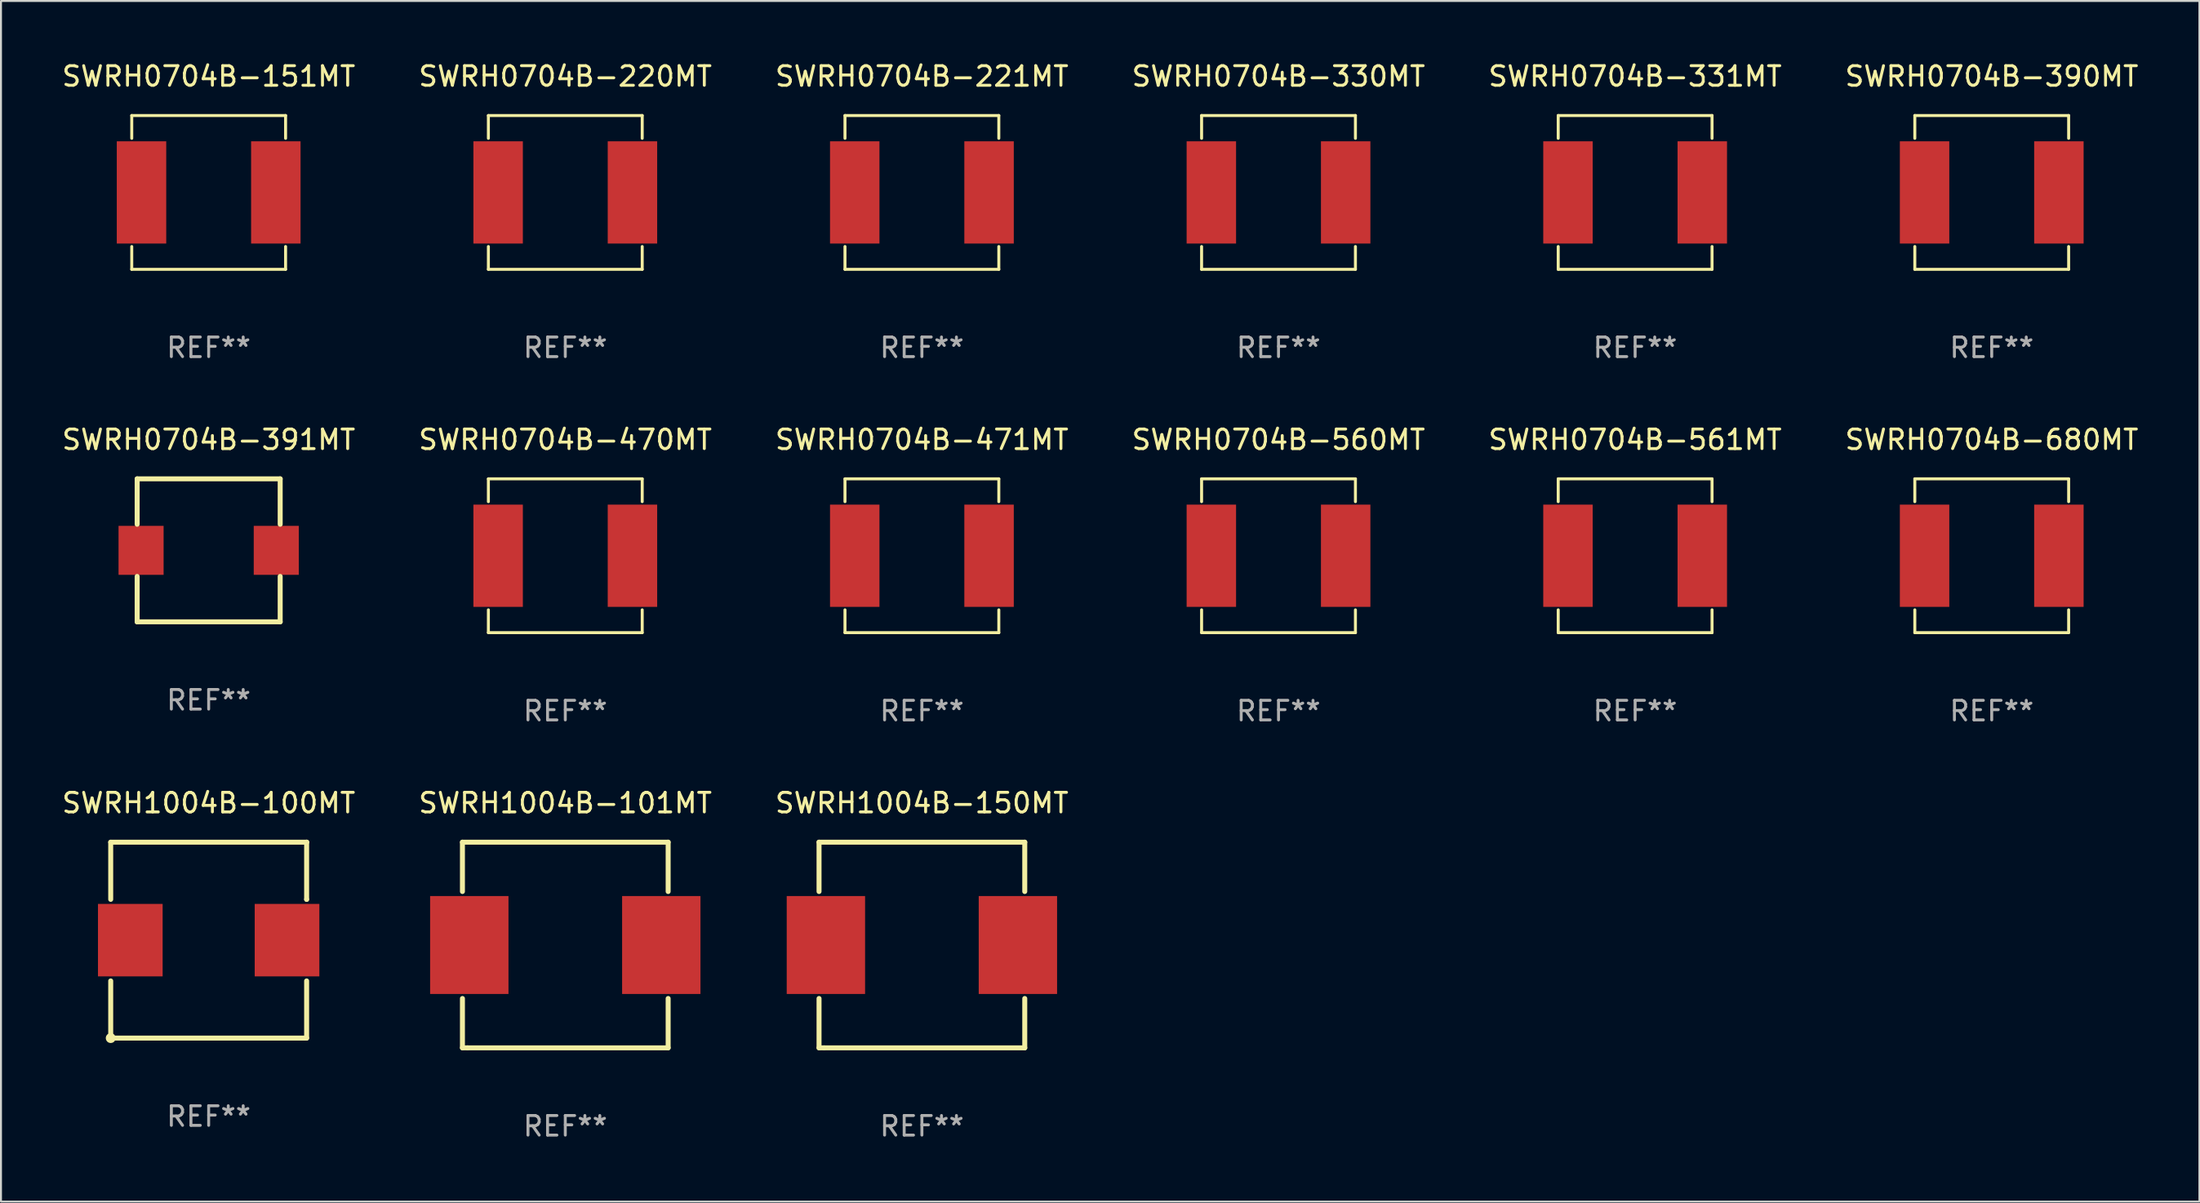
<source format=kicad_pcb>
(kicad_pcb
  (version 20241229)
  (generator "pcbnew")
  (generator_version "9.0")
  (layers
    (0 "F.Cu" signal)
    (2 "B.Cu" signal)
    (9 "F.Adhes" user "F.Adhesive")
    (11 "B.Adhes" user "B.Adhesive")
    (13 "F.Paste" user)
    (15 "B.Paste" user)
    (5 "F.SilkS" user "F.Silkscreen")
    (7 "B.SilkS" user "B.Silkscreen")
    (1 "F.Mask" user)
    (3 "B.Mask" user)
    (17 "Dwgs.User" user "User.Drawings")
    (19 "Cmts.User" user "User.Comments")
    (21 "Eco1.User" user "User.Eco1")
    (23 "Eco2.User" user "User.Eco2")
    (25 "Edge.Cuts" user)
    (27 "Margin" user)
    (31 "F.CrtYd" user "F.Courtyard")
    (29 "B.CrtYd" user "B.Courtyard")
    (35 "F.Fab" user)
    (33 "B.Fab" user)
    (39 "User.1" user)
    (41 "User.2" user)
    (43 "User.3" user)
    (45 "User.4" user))
  (footprint "SWRH0704B-470MT"
    (layer "F.Cu")
    (at 25.804 25.323)
    (property "Reference" "SWRH0704B-470MT" (at 0 -5.926 0) (layer "F.SilkS") (effects (font (size 1 1) (thickness 0.15))))
    (attr through_hole)
    (fp_line (start -3.926 -3.926) (end 3.926 -3.926) (stroke (width 0.152) (type solid)) (layer "F.SilkS"))
    (fp_line (start -3.926 -2.762) (end -3.926 -3.926) (stroke (width 0.152) (type solid)) (layer "F.SilkS"))
    (fp_line (start -3.926 2.762) (end -3.926 3.926) (stroke (width 0.152) (type solid)) (layer "F.SilkS"))
    (fp_line (start -3.926 3.926) (end 3.926 3.926) (stroke (width 0.152) (type solid)) (layer "F.SilkS"))
    (fp_line (start 3.926 -3.926) (end 3.926 -2.762) (stroke (width 0.152) (type solid)) (layer "F.SilkS"))
    (fp_line (start 3.926 3.926) (end 3.926 2.762) (stroke (width 0.152) (type solid)) (layer "F.SilkS"))
    (fp_circle (center 3.9 -3.9) (end 3.93 -3.9) (stroke (width 0.06) (type solid)) (fill no) (layer "F.SilkS"))
    (fp_text user "REF**" (at 0 7.926 0) (layer "F.Fab") (effects (font (size 1 1) (thickness 0.15))))
    (pad "1" smd rect (at 3.428 0) (size 2.524 5.22) (layers "F.Cu" "F.Mask" "F.Paste"))
    (pad "2" smd rect (at -3.428 0) (size 2.524 5.22) (layers "F.Cu" "F.Mask" "F.Paste")))
  (footprint "SWRH0704B-220MT"
    (layer "F.Cu")
    (at 25.804 6.774)
    (property "Reference" "SWRH0704B-220MT" (at 0 -5.926 0) (layer "F.SilkS") (effects (font (size 1 1) (thickness 0.15))))
    (attr through_hole)
    (fp_line (start -3.926 -3.926) (end 3.926 -3.926) (stroke (width 0.152) (type solid)) (layer "F.SilkS"))
    (fp_line (start -3.926 -2.762) (end -3.926 -3.926) (stroke (width 0.152) (type solid)) (layer "F.SilkS"))
    (fp_line (start -3.926 2.762) (end -3.926 3.926) (stroke (width 0.152) (type solid)) (layer "F.SilkS"))
    (fp_line (start -3.926 3.926) (end 3.926 3.926) (stroke (width 0.152) (type solid)) (layer "F.SilkS"))
    (fp_line (start 3.926 -3.926) (end 3.926 -2.762) (stroke (width 0.152) (type solid)) (layer "F.SilkS"))
    (fp_line (start 3.926 3.926) (end 3.926 2.762) (stroke (width 0.152) (type solid)) (layer "F.SilkS"))
    (fp_circle (center 3.9 -3.9) (end 3.93 -3.9) (stroke (width 0.06) (type solid)) (fill no) (layer "F.SilkS"))
    (fp_text user "REF**" (at 0 7.926 0) (layer "F.Fab") (effects (font (size 1 1) (thickness 0.15))))
    (pad "1" smd rect (at 3.428 0) (size 2.524 5.22) (layers "F.Cu" "F.Mask" "F.Paste"))
    (pad "2" smd rect (at -3.428 0) (size 2.524 5.22) (layers "F.Cu" "F.Mask" "F.Paste")))
  (footprint "SWRH0704B-221MT"
    (layer "F.Cu")
    (at 44.006 6.774)
    (property "Reference" "SWRH0704B-221MT" (at 0 -5.926 0) (layer "F.SilkS") (effects (font (size 1 1) (thickness 0.15))))
    (attr through_hole)
    (fp_line (start -3.926 -3.926) (end 3.926 -3.926) (stroke (width 0.152) (type solid)) (layer "F.SilkS"))
    (fp_line (start -3.926 -2.762) (end -3.926 -3.926) (stroke (width 0.152) (type solid)) (layer "F.SilkS"))
    (fp_line (start -3.926 2.762) (end -3.926 3.926) (stroke (width 0.152) (type solid)) (layer "F.SilkS"))
    (fp_line (start -3.926 3.926) (end 3.926 3.926) (stroke (width 0.152) (type solid)) (layer "F.SilkS"))
    (fp_line (start 3.926 -3.926) (end 3.926 -2.762) (stroke (width 0.152) (type solid)) (layer "F.SilkS"))
    (fp_line (start 3.926 3.926) (end 3.926 2.762) (stroke (width 0.152) (type solid)) (layer "F.SilkS"))
    (fp_circle (center 3.9 -3.9) (end 3.93 -3.9) (stroke (width 0.06) (type solid)) (fill no) (layer "F.SilkS"))
    (fp_text user "REF**" (at 0 7.926 0) (layer "F.Fab") (effects (font (size 1 1) (thickness 0.15))))
    (pad "1" smd rect (at 3.428 0) (size 2.524 5.22) (layers "F.Cu" "F.Mask" "F.Paste"))
    (pad "2" smd rect (at -3.428 0) (size 2.524 5.22) (layers "F.Cu" "F.Mask" "F.Paste")))
  (footprint "SWRH0704B-390MT"
    (layer "F.Cu")
    (at 98.613 6.774)
    (property "Reference" "SWRH0704B-390MT" (at 0 -5.926 0) (layer "F.SilkS") (effects (font (size 1 1) (thickness 0.15))))
    (attr through_hole)
    (fp_line (start -3.926 -3.926) (end 3.926 -3.926) (stroke (width 0.152) (type solid)) (layer "F.SilkS"))
    (fp_line (start -3.926 -2.762) (end -3.926 -3.926) (stroke (width 0.152) (type solid)) (layer "F.SilkS"))
    (fp_line (start -3.926 2.762) (end -3.926 3.926) (stroke (width 0.152) (type solid)) (layer "F.SilkS"))
    (fp_line (start -3.926 3.926) (end 3.926 3.926) (stroke (width 0.152) (type solid)) (layer "F.SilkS"))
    (fp_line (start 3.926 -3.926) (end 3.926 -2.762) (stroke (width 0.152) (type solid)) (layer "F.SilkS"))
    (fp_line (start 3.926 3.926) (end 3.926 2.762) (stroke (width 0.152) (type solid)) (layer "F.SilkS"))
    (fp_circle (center 3.9 -3.9) (end 3.93 -3.9) (stroke (width 0.06) (type solid)) (fill no) (layer "F.SilkS"))
    (fp_text user "REF**" (at 0 7.926 0) (layer "F.Fab") (effects (font (size 1 1) (thickness 0.15))))
    (pad "1" smd rect (at 3.428 0) (size 2.524 5.22) (layers "F.Cu" "F.Mask" "F.Paste"))
    (pad "2" smd rect (at -3.428 0) (size 2.524 5.22) (layers "F.Cu" "F.Mask" "F.Paste")))
  (footprint "SWRH1004B-101MT"
    (layer "F.Cu")
    (at 25.804 45.196)
    (property "Reference" "SWRH1004B-101MT" (at 0 -7.25 0) (layer "F.SilkS") (effects (font (size 1 1) (thickness 0.15))))
    (attr through_hole)
    (fp_line (start -5.25 -5.25) (end -5.25 -2.731) (stroke (width 0.254) (type solid)) (layer "F.SilkS"))
    (fp_line (start -5.25 -5.25) (end 5.25 -5.25) (stroke (width 0.254) (type solid)) (layer "F.SilkS"))
    (fp_line (start -5.25 2.731) (end -5.25 5.25) (stroke (width 0.254) (type solid)) (layer "F.SilkS"))
    (fp_line (start -4.989 5.25) (end -5.25 5.25) (stroke (width 0.254) (type solid)) (layer "F.SilkS"))
    (fp_line (start 5.25 -5.25) (end 5.25 -2.731) (stroke (width 0.254) (type solid)) (layer "F.SilkS"))
    (fp_line (start 5.25 2.731) (end 5.25 5.25) (stroke (width 0.254) (type solid)) (layer "F.SilkS"))
    (fp_line (start 5.25 5.25) (end -4.989 5.25) (stroke (width 0.254) (type solid)) (layer "F.SilkS"))
    (fp_circle (center -5.25 5.25) (end -5.22 5.25) (stroke (width 0.06) (type solid)) (fill no) (layer "F.SilkS"))
    (fp_text user "REF**" (at 0 9.25 0) (layer "F.Fab") (effects (font (size 1 1) (thickness 0.15))))
    (pad "1" smd rect (at -4.9 -0.000013) (size 4 5) (layers "F.Cu" "F.Mask" "F.Paste"))
    (pad "2" smd rect (at 4.9 -0.000013) (size 4 5) (layers "F.Cu" "F.Mask" "F.Paste")))
  (footprint "SWRH0704B-391MT"
    (layer "F.Cu")
    (at 7.601 25.047)
    (property "Reference" "SWRH0704B-391MT" (at 0 -5.65 0) (layer "F.SilkS") (effects (font (size 1 1) (thickness 0.15))))
    (attr through_hole)
    (fp_line (start -3.65 -3.65) (end 3.65 -3.65) (stroke (width 0.254) (type solid)) (layer "F.SilkS"))
    (fp_line (start -3.65 -1.331) (end -3.65 -3.65) (stroke (width 0.254) (type solid)) (layer "F.SilkS"))
    (fp_line (start -3.65 3.65) (end -3.65 1.331) (stroke (width 0.254) (type solid)) (layer "F.SilkS"))
    (fp_line (start 3.65 -3.65) (end 3.65 -1.331) (stroke (width 0.254) (type solid)) (layer "F.SilkS"))
    (fp_line (start 3.65 1.331) (end 3.65 3.65) (stroke (width 0.254) (type solid)) (layer "F.SilkS"))
    (fp_line (start 3.65 3.65) (end -3.65 3.65) (stroke (width 0.254) (type solid)) (layer "F.SilkS"))
    (fp_circle (center -3.65 3.65) (end -3.62 3.65) (stroke (width 0.06) (type solid)) (fill no) (layer "F.SilkS"))
    (fp_text user "REF**" (at 0 7.65 0) (layer "F.Fab") (effects (font (size 1 1) (thickness 0.15))))
    (pad "1" smd rect (at -3.45 0) (size 2.3 2.5) (layers "F.Cu" "F.Mask" "F.Paste"))
    (pad "2" smd rect (at 3.45 0) (size 2.3 2.5) (layers "F.Cu" "F.Mask" "F.Paste")))
  (footprint "SWRH0704B-151MT"
    (layer "F.Cu")
    (at 7.601 6.774)
    (property "Reference" "SWRH0704B-151MT" (at 0 -5.926 0) (layer "F.SilkS") (effects (font (size 1 1) (thickness 0.15))))
    (attr through_hole)
    (fp_line (start -3.926 -3.926) (end 3.926 -3.926) (stroke (width 0.152) (type solid)) (layer "F.SilkS"))
    (fp_line (start -3.926 -2.762) (end -3.926 -3.926) (stroke (width 0.152) (type solid)) (layer "F.SilkS"))
    (fp_line (start -3.926 2.762) (end -3.926 3.926) (stroke (width 0.152) (type solid)) (layer "F.SilkS"))
    (fp_line (start -3.926 3.926) (end 3.926 3.926) (stroke (width 0.152) (type solid)) (layer "F.SilkS"))
    (fp_line (start 3.926 -3.926) (end 3.926 -2.762) (stroke (width 0.152) (type solid)) (layer "F.SilkS"))
    (fp_line (start 3.926 3.926) (end 3.926 2.762) (stroke (width 0.152) (type solid)) (layer "F.SilkS"))
    (fp_circle (center 3.9 -3.9) (end 3.93 -3.9) (stroke (width 0.06) (type solid)) (fill no) (layer "F.SilkS"))
    (fp_text user "REF**" (at 0 7.926 0) (layer "F.Fab") (effects (font (size 1 1) (thickness 0.15))))
    (pad "1" smd rect (at 3.428 0) (size 2.524 5.22) (layers "F.Cu" "F.Mask" "F.Paste"))
    (pad "2" smd rect (at -3.428 0) (size 2.524 5.22) (layers "F.Cu" "F.Mask" "F.Paste")))
  (footprint "SWRH1004B-100MT"
    (layer "F.Cu")
    (at 7.601 44.947)
    (property "Reference" "SWRH1004B-100MT" (at 0 -7.001 0) (layer "F.SilkS") (effects (font (size 1 1) (thickness 0.15))))
    (attr through_hole)
    (fp_line (start -5 -5.001) (end 5 -5.001) (stroke (width 0.254) (type solid)) (layer "F.SilkS"))
    (fp_line (start -5 -2.081) (end -5 -4.999) (stroke (width 0.254) (type solid)) (layer "F.SilkS"))
    (fp_line (start -5 5.001) (end -5 2.082) (stroke (width 0.254) (type solid)) (layer "F.SilkS"))
    (fp_line (start 5 -5.001) (end 5 -4.998) (stroke (width 0.254) (type solid)) (layer "F.SilkS"))
    (fp_line (start 5 -4.998) (end 5 -2.08) (stroke (width 0.254) (type solid)) (layer "F.SilkS"))
    (fp_line (start 5 -2.08) (end 5 -2.08) (stroke (width 0.254) (type solid)) (layer "F.SilkS"))
    (fp_line (start 5 2.082) (end 5 5.001) (stroke (width 0.254) (type solid)) (layer "F.SilkS"))
    (fp_line (start 5 5.001) (end -5 5.001) (stroke (width 0.254) (type solid)) (layer "F.SilkS"))
    (fp_circle (center -5 5.001) (end -4.873 5.001) (stroke (width 0.254) (type solid)) (fill no) (layer "F.SilkS"))
    (fp_text user "REF**" (at 0 9.001 0) (layer "F.Fab") (effects (font (size 1 1) (thickness 0.15))))
    (pad "1" smd rect (at -4 0.001) (size 3.3 3.7) (layers "F.Cu" "F.Mask" "F.Paste"))
    (pad "2" smd rect (at 4 0.001) (size 3.3 3.7) (layers "F.Cu" "F.Mask" "F.Paste")))
  (footprint "SWRH0704B-680MT"
    (layer "F.Cu")
    (at 98.613 25.323)
    (property "Reference" "SWRH0704B-680MT" (at 0 -5.926 0) (layer "F.SilkS") (effects (font (size 1 1) (thickness 0.15))))
    (attr through_hole)
    (fp_line (start -3.926 -3.926) (end 3.926 -3.926) (stroke (width 0.152) (type solid)) (layer "F.SilkS"))
    (fp_line (start -3.926 -2.762) (end -3.926 -3.926) (stroke (width 0.152) (type solid)) (layer "F.SilkS"))
    (fp_line (start -3.926 2.762) (end -3.926 3.926) (stroke (width 0.152) (type solid)) (layer "F.SilkS"))
    (fp_line (start -3.926 3.926) (end 3.926 3.926) (stroke (width 0.152) (type solid)) (layer "F.SilkS"))
    (fp_line (start 3.926 -3.926) (end 3.926 -2.762) (stroke (width 0.152) (type solid)) (layer "F.SilkS"))
    (fp_line (start 3.926 3.926) (end 3.926 2.762) (stroke (width 0.152) (type solid)) (layer "F.SilkS"))
    (fp_circle (center 3.9 -3.9) (end 3.93 -3.9) (stroke (width 0.06) (type solid)) (fill no) (layer "F.SilkS"))
    (fp_text user "REF**" (at 0 7.926 0) (layer "F.Fab") (effects (font (size 1 1) (thickness 0.15))))
    (pad "1" smd rect (at 3.428 0) (size 2.524 5.22) (layers "F.Cu" "F.Mask" "F.Paste"))
    (pad "2" smd rect (at -3.428 0) (size 2.524 5.22) (layers "F.Cu" "F.Mask" "F.Paste")))
  (footprint "SWRH1004B-150MT"
    (layer "F.Cu")
    (at 44.006 45.196)
    (property "Reference" "SWRH1004B-150MT" (at 0 -7.25 0) (layer "F.SilkS") (effects (font (size 1 1) (thickness 0.15))))
    (attr through_hole)
    (fp_line (start -5.25 -5.25) (end -5.25 -2.731) (stroke (width 0.254) (type solid)) (layer "F.SilkS"))
    (fp_line (start -5.25 -5.25) (end 5.25 -5.25) (stroke (width 0.254) (type solid)) (layer "F.SilkS"))
    (fp_line (start -5.25 2.731) (end -5.25 5.25) (stroke (width 0.254) (type solid)) (layer "F.SilkS"))
    (fp_line (start -4.989 5.25) (end -5.25 5.25) (stroke (width 0.254) (type solid)) (layer "F.SilkS"))
    (fp_line (start 5.25 -5.25) (end 5.25 -2.731) (stroke (width 0.254) (type solid)) (layer "F.SilkS"))
    (fp_line (start 5.25 2.731) (end 5.25 5.25) (stroke (width 0.254) (type solid)) (layer "F.SilkS"))
    (fp_line (start 5.25 5.25) (end -4.989 5.25) (stroke (width 0.254) (type solid)) (layer "F.SilkS"))
    (fp_circle (center -5.25 5.25) (end -5.22 5.25) (stroke (width 0.06) (type solid)) (fill no) (layer "F.SilkS"))
    (fp_text user "REF**" (at 0 9.25 0) (layer "F.Fab") (effects (font (size 1 1) (thickness 0.15))))
    (pad "1" smd rect (at -4.9 -0.000013) (size 4 5) (layers "F.Cu" "F.Mask" "F.Paste"))
    (pad "2" smd rect (at 4.9 -0.000013) (size 4 5) (layers "F.Cu" "F.Mask" "F.Paste")))
  (footprint "SWRH0704B-560MT"
    (layer "F.Cu")
    (at 62.208 25.323)
    (property "Reference" "SWRH0704B-560MT" (at 0 -5.926 0) (layer "F.SilkS") (effects (font (size 1 1) (thickness 0.15))))
    (attr through_hole)
    (fp_line (start -3.926 -3.926) (end 3.926 -3.926) (stroke (width 0.152) (type solid)) (layer "F.SilkS"))
    (fp_line (start -3.926 -2.762) (end -3.926 -3.926) (stroke (width 0.152) (type solid)) (layer "F.SilkS"))
    (fp_line (start -3.926 2.762) (end -3.926 3.926) (stroke (width 0.152) (type solid)) (layer "F.SilkS"))
    (fp_line (start -3.926 3.926) (end 3.926 3.926) (stroke (width 0.152) (type solid)) (layer "F.SilkS"))
    (fp_line (start 3.926 -3.926) (end 3.926 -2.762) (stroke (width 0.152) (type solid)) (layer "F.SilkS"))
    (fp_line (start 3.926 3.926) (end 3.926 2.762) (stroke (width 0.152) (type solid)) (layer "F.SilkS"))
    (fp_circle (center 3.9 -3.9) (end 3.93 -3.9) (stroke (width 0.06) (type solid)) (fill no) (layer "F.SilkS"))
    (fp_text user "REF**" (at 0 7.926 0) (layer "F.Fab") (effects (font (size 1 1) (thickness 0.15))))
    (pad "1" smd rect (at 3.428 0) (size 2.524 5.22) (layers "F.Cu" "F.Mask" "F.Paste"))
    (pad "2" smd rect (at -3.428 0) (size 2.524 5.22) (layers "F.Cu" "F.Mask" "F.Paste")))
  (footprint "SWRH0704B-561MT"
    (layer "F.Cu")
    (at 80.411 25.323)
    (property "Reference" "SWRH0704B-561MT" (at 0 -5.926 0) (layer "F.SilkS") (effects (font (size 1 1) (thickness 0.15))))
    (attr through_hole)
    (fp_line (start -3.926 -3.926) (end 3.926 -3.926) (stroke (width 0.152) (type solid)) (layer "F.SilkS"))
    (fp_line (start -3.926 -2.762) (end -3.926 -3.926) (stroke (width 0.152) (type solid)) (layer "F.SilkS"))
    (fp_line (start -3.926 2.762) (end -3.926 3.926) (stroke (width 0.152) (type solid)) (layer "F.SilkS"))
    (fp_line (start -3.926 3.926) (end 3.926 3.926) (stroke (width 0.152) (type solid)) (layer "F.SilkS"))
    (fp_line (start 3.926 -3.926) (end 3.926 -2.762) (stroke (width 0.152) (type solid)) (layer "F.SilkS"))
    (fp_line (start 3.926 3.926) (end 3.926 2.762) (stroke (width 0.152) (type solid)) (layer "F.SilkS"))
    (fp_circle (center 3.9 -3.9) (end 3.93 -3.9) (stroke (width 0.06) (type solid)) (fill no) (layer "F.SilkS"))
    (fp_text user "REF**" (at 0 7.926 0) (layer "F.Fab") (effects (font (size 1 1) (thickness 0.15))))
    (pad "1" smd rect (at 3.428 0) (size 2.524 5.22) (layers "F.Cu" "F.Mask" "F.Paste"))
    (pad "2" smd rect (at -3.428 0) (size 2.524 5.22) (layers "F.Cu" "F.Mask" "F.Paste")))
  (footprint "SWRH0704B-471MT"
    (layer "F.Cu")
    (at 44.006 25.323)
    (property "Reference" "SWRH0704B-471MT" (at 0 -5.926 0) (layer "F.SilkS") (effects (font (size 1 1) (thickness 0.15))))
    (attr through_hole)
    (fp_line (start -3.926 -3.926) (end 3.926 -3.926) (stroke (width 0.152) (type solid)) (layer "F.SilkS"))
    (fp_line (start -3.926 -2.762) (end -3.926 -3.926) (stroke (width 0.152) (type solid)) (layer "F.SilkS"))
    (fp_line (start -3.926 2.762) (end -3.926 3.926) (stroke (width 0.152) (type solid)) (layer "F.SilkS"))
    (fp_line (start -3.926 3.926) (end 3.926 3.926) (stroke (width 0.152) (type solid)) (layer "F.SilkS"))
    (fp_line (start 3.926 -3.926) (end 3.926 -2.762) (stroke (width 0.152) (type solid)) (layer "F.SilkS"))
    (fp_line (start 3.926 3.926) (end 3.926 2.762) (stroke (width 0.152) (type solid)) (layer "F.SilkS"))
    (fp_circle (center 3.9 -3.9) (end 3.93 -3.9) (stroke (width 0.06) (type solid)) (fill no) (layer "F.SilkS"))
    (fp_text user "REF**" (at 0 7.926 0) (layer "F.Fab") (effects (font (size 1 1) (thickness 0.15))))
    (pad "1" smd rect (at 3.428 0) (size 2.524 5.22) (layers "F.Cu" "F.Mask" "F.Paste"))
    (pad "2" smd rect (at -3.428 0) (size 2.524 5.22) (layers "F.Cu" "F.Mask" "F.Paste")))
  (footprint "SWRH0704B-331MT"
    (layer "F.Cu")
    (at 80.411 6.774)
    (property "Reference" "SWRH0704B-331MT" (at 0 -5.926 0) (layer "F.SilkS") (effects (font (size 1 1) (thickness 0.15))))
    (attr through_hole)
    (fp_line (start -3.926 -3.926) (end 3.926 -3.926) (stroke (width 0.152) (type solid)) (layer "F.SilkS"))
    (fp_line (start -3.926 -2.762) (end -3.926 -3.926) (stroke (width 0.152) (type solid)) (layer "F.SilkS"))
    (fp_line (start -3.926 2.762) (end -3.926 3.926) (stroke (width 0.152) (type solid)) (layer "F.SilkS"))
    (fp_line (start -3.926 3.926) (end 3.926 3.926) (stroke (width 0.152) (type solid)) (layer "F.SilkS"))
    (fp_line (start 3.926 -3.926) (end 3.926 -2.762) (stroke (width 0.152) (type solid)) (layer "F.SilkS"))
    (fp_line (start 3.926 3.926) (end 3.926 2.762) (stroke (width 0.152) (type solid)) (layer "F.SilkS"))
    (fp_circle (center 3.9 -3.9) (end 3.93 -3.9) (stroke (width 0.06) (type solid)) (fill no) (layer "F.SilkS"))
    (fp_text user "REF**" (at 0 7.926 0) (layer "F.Fab") (effects (font (size 1 1) (thickness 0.15))))
    (pad "1" smd rect (at 3.428 0) (size 2.524 5.22) (layers "F.Cu" "F.Mask" "F.Paste"))
    (pad "2" smd rect (at -3.428 0) (size 2.524 5.22) (layers "F.Cu" "F.Mask" "F.Paste")))
  (footprint "SWRH0704B-330MT"
    (layer "F.Cu")
    (at 62.208 6.774)
    (property "Reference" "SWRH0704B-330MT" (at 0 -5.926 0) (layer "F.SilkS") (effects (font (size 1 1) (thickness 0.15))))
    (attr through_hole)
    (fp_line (start -3.926 -3.926) (end 3.926 -3.926) (stroke (width 0.152) (type solid)) (layer "F.SilkS"))
    (fp_line (start -3.926 -2.762) (end -3.926 -3.926) (stroke (width 0.152) (type solid)) (layer "F.SilkS"))
    (fp_line (start -3.926 2.762) (end -3.926 3.926) (stroke (width 0.152) (type solid)) (layer "F.SilkS"))
    (fp_line (start -3.926 3.926) (end 3.926 3.926) (stroke (width 0.152) (type solid)) (layer "F.SilkS"))
    (fp_line (start 3.926 -3.926) (end 3.926 -2.762) (stroke (width 0.152) (type solid)) (layer "F.SilkS"))
    (fp_line (start 3.926 3.926) (end 3.926 2.762) (stroke (width 0.152) (type solid)) (layer "F.SilkS"))
    (fp_circle (center 3.9 -3.9) (end 3.93 -3.9) (stroke (width 0.06) (type solid)) (fill no) (layer "F.SilkS"))
    (fp_text user "REF**" (at 0 7.926 0) (layer "F.Fab") (effects (font (size 1 1) (thickness 0.15))))
    (pad "1" smd rect (at 3.428 0) (size 2.524 5.22) (layers "F.Cu" "F.Mask" "F.Paste"))
    (pad "2" smd rect (at -3.428 0) (size 2.524 5.22) (layers "F.Cu" "F.Mask" "F.Paste")))
  (gr_rect
    (start -3 -3)
    (end 109.214 58.294)
    (stroke (width 0.1) (type default))
    (fill no)
    (layer "Edge.Cuts")))
</source>
